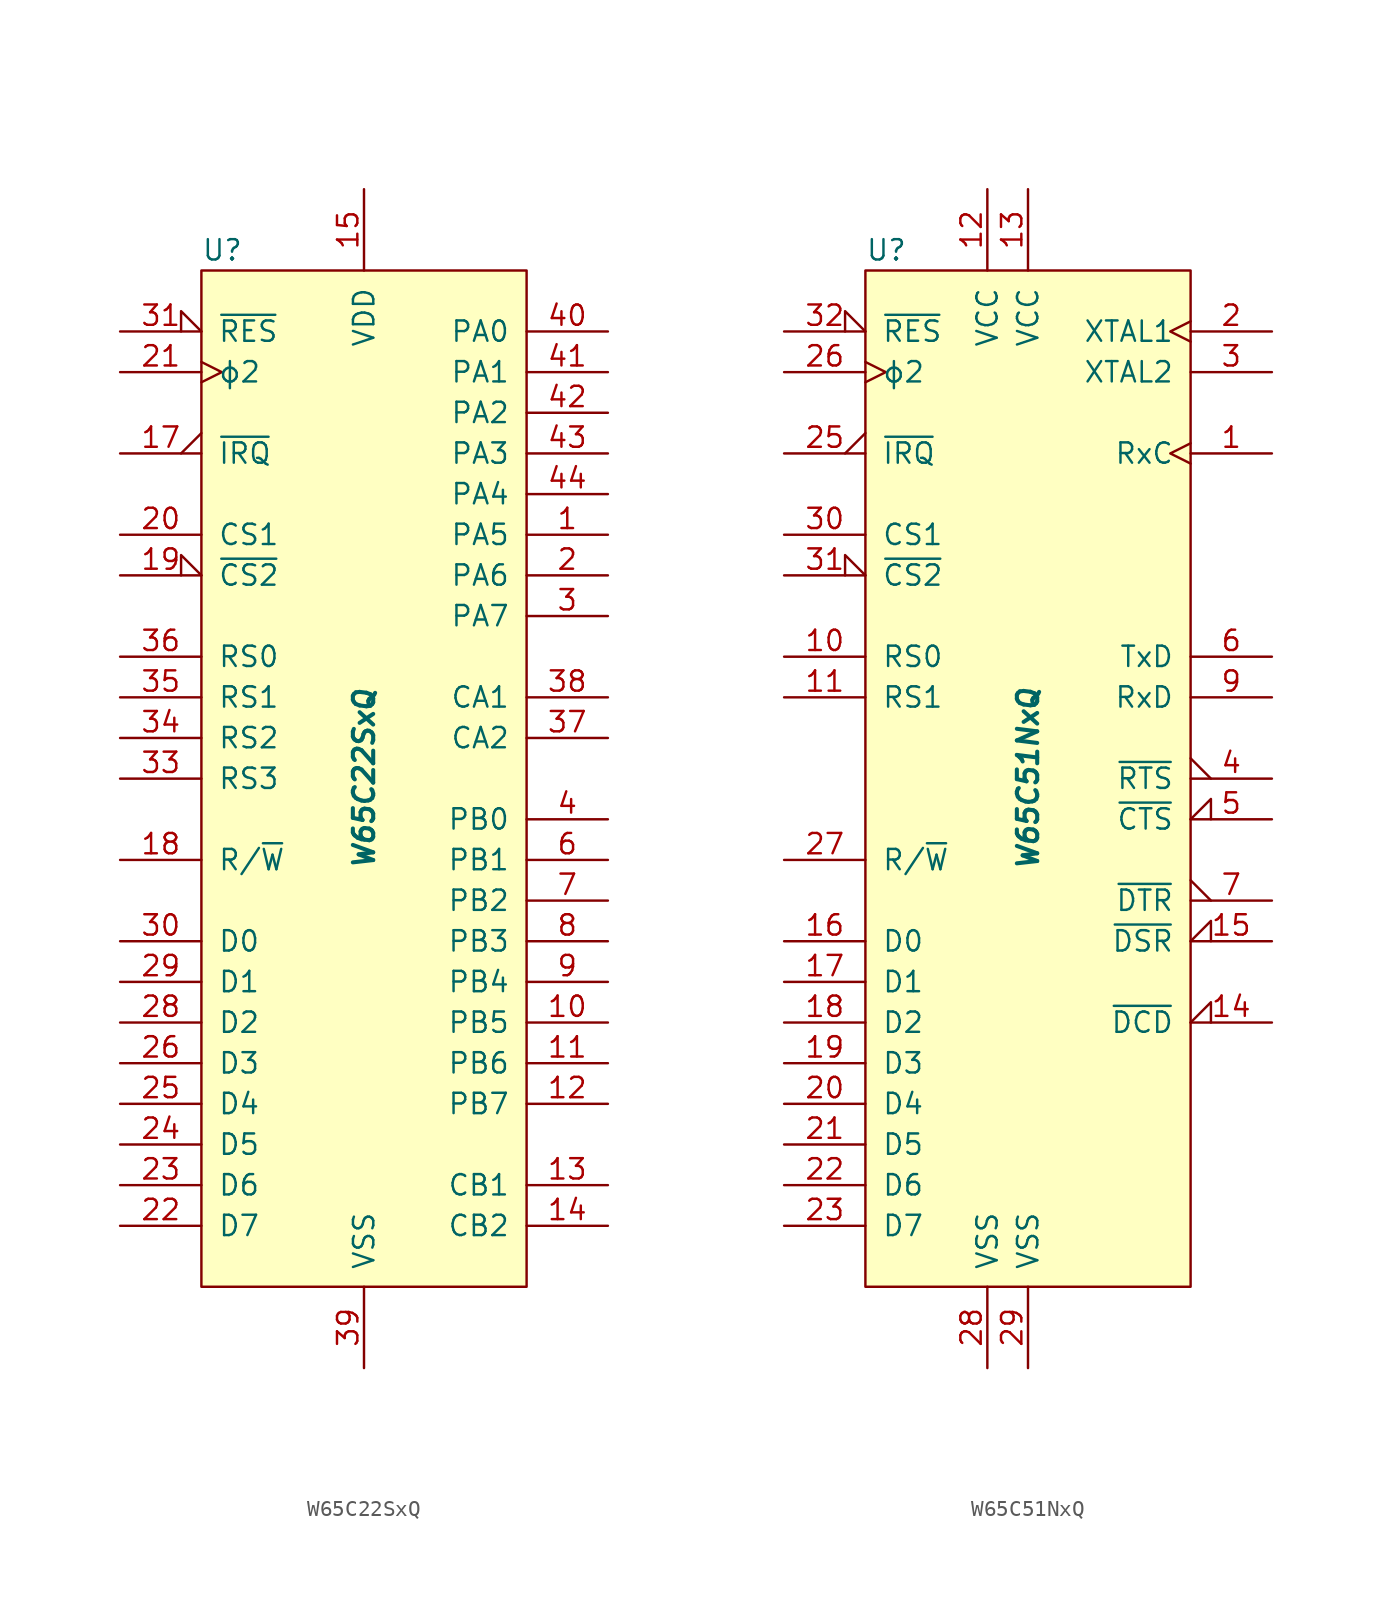
<source format=kicad_sym>
(kicad_symbol_lib
  (version 20211014)
  (generator kicad_symbol_editor)
  (symbol "W65C22SxQ"
    (pin_names
      (offset 1.016))
    (property "Reference" "U"
      (at -10.16 33.02 0)
      (effects (font (size 1.27 1.27)) (justify left)))
    (property "Value" "W65C22SxQ"
      (at 0 0 90)
      (effects (font (size 1.27 1.27) bold italic)))
    (symbol "W65C22SxQ_0_1"
      (rectangle (start -10.16 31.75) (end 10.16 -31.75) (stroke (width 0) (type default) (color 0 0 0 0)) (fill (type background))))
    (symbol "W65C22SxQ_1_1"
      (pin bidirectional line (at 15.24 15.24 180) (length 5.08) (name "PA5" (effects (font (size 1.27 1.27)))) (number "1" (effects (font (size 1.27 1.27)))))
      (pin bidirectional line (at 15.24 -15.24 180) (length 5.08) (name "PB5" (effects (font (size 1.27 1.27)))) (number "10" (effects (font (size 1.27 1.27)))))
      (pin bidirectional line (at 15.24 -17.78 180) (length 5.08) (name "PB6" (effects (font (size 1.27 1.27)))) (number "11" (effects (font (size 1.27 1.27)))))
      (pin bidirectional line (at 15.24 -20.32 180) (length 5.08) (name "PB7" (effects (font (size 1.27 1.27)))) (number "12" (effects (font (size 1.27 1.27)))))
      (pin input line (at 15.24 -25.4 180) (length 5.08) (name "CB1" (effects (font (size 1.27 1.27)))) (number "13" (effects (font (size 1.27 1.27)))))
      (pin bidirectional line (at 15.24 -27.94 180) (length 5.08) (name "CB2" (effects (font (size 1.27 1.27)))) (number "14" (effects (font (size 1.27 1.27)))))
      (pin power_in line (at 0 36.83 270) (length 5.08) (name "VDD" (effects (font (size 1.27 1.27)))) (number "15" (effects (font (size 1.27 1.27)))))
      (pin no_connect non_logic (at -10.16 17.78 0) (length 2.54) hide (name "nc" (effects (font (size 1.27 1.27)))) (number "16" (effects (font (size 1.27 1.27)))))
      (pin output output_low (at -15.24 20.32 0) (length 5.08) (name "~{IRQ}" (effects (font (size 1.27 1.27)))) (number "17" (effects (font (size 1.27 1.27)))))
      (pin input line (at -15.24 -5.08 0) (length 5.08) (name "R/~{W}" (effects (font (size 1.27 1.27)))) (number "18" (effects (font (size 1.27 1.27)))))
      (pin input input_low (at -15.24 12.7 0) (length 5.08) (name "~{CS2}" (effects (font (size 1.27 1.27)))) (number "19" (effects (font (size 1.27 1.27)))))
      (pin bidirectional line (at 15.24 12.7 180) (length 5.08) (name "PA6" (effects (font (size 1.27 1.27)))) (number "2" (effects (font (size 1.27 1.27)))))
      (pin input line (at -15.24 15.24 0) (length 5.08) (name "CS1" (effects (font (size 1.27 1.27)))) (number "20" (effects (font (size 1.27 1.27)))))
      (pin input clock (at -15.24 25.4 0) (length 5.08) (name "ϕ2" (effects (font (size 1.27 1.27)))) (number "21" (effects (font (size 1.27 1.27)))))
      (pin bidirectional line (at -15.24 -27.94 0) (length 5.08) (name "D7" (effects (font (size 1.27 1.27)))) (number "22" (effects (font (size 1.27 1.27)))))
      (pin bidirectional line (at -15.24 -25.4 0) (length 5.08) (name "D6" (effects (font (size 1.27 1.27)))) (number "23" (effects (font (size 1.27 1.27)))))
      (pin bidirectional line (at -15.24 -22.86 0) (length 5.08) (name "D5" (effects (font (size 1.27 1.27)))) (number "24" (effects (font (size 1.27 1.27)))))
      (pin bidirectional line (at -15.24 -20.32 0) (length 5.08) (name "D4" (effects (font (size 1.27 1.27)))) (number "25" (effects (font (size 1.27 1.27)))))
      (pin bidirectional line (at -15.24 -17.78 0) (length 5.08) (name "D3" (effects (font (size 1.27 1.27)))) (number "26" (effects (font (size 1.27 1.27)))))
      (pin no_connect non_logic (at -10.16 10.16 0) (length 2.54) hide (name "nc" (effects (font (size 1.27 1.27)))) (number "27" (effects (font (size 1.27 1.27)))))
      (pin bidirectional line (at -15.24 -15.24 0) (length 5.08) (name "D2" (effects (font (size 1.27 1.27)))) (number "28" (effects (font (size 1.27 1.27)))))
      (pin bidirectional line (at -15.24 -12.7 0) (length 5.08) (name "D1" (effects (font (size 1.27 1.27)))) (number "29" (effects (font (size 1.27 1.27)))))
      (pin bidirectional line (at 15.24 10.16 180) (length 5.08) (name "PA7" (effects (font (size 1.27 1.27)))) (number "3" (effects (font (size 1.27 1.27)))))
      (pin bidirectional line (at -15.24 -10.16 0) (length 5.08) (name "D0" (effects (font (size 1.27 1.27)))) (number "30" (effects (font (size 1.27 1.27)))))
      (pin input input_low (at -15.24 27.94 0) (length 5.08) (name "~{RES}" (effects (font (size 1.27 1.27)))) (number "31" (effects (font (size 1.27 1.27)))))
      (pin no_connect non_logic (at -10.16 -2.54 0) (length 2.54) hide (name "nc" (effects (font (size 1.27 1.27)))) (number "32" (effects (font (size 1.27 1.27)))))
      (pin input line (at -15.24 0 0) (length 5.08) (name "RS3" (effects (font (size 1.27 1.27)))) (number "33" (effects (font (size 1.27 1.27)))))
      (pin input line (at -15.24 2.54 0) (length 5.08) (name "RS2" (effects (font (size 1.27 1.27)))) (number "34" (effects (font (size 1.27 1.27)))))
      (pin input line (at -15.24 5.08 0) (length 5.08) (name "RS1" (effects (font (size 1.27 1.27)))) (number "35" (effects (font (size 1.27 1.27)))))
      (pin input line (at -15.24 7.62 0) (length 5.08) (name "RS0" (effects (font (size 1.27 1.27)))) (number "36" (effects (font (size 1.27 1.27)))))
      (pin bidirectional line (at 15.24 2.54 180) (length 5.08) (name "CA2" (effects (font (size 1.27 1.27)))) (number "37" (effects (font (size 1.27 1.27)))))
      (pin input line (at 15.24 5.08 180) (length 5.08) (name "CA1" (effects (font (size 1.27 1.27)))) (number "38" (effects (font (size 1.27 1.27)))))
      (pin power_in line (at 0 -36.83 90) (length 5.08) (name "VSS" (effects (font (size 1.27 1.27)))) (number "39" (effects (font (size 1.27 1.27)))))
      (pin bidirectional line (at 15.24 -2.54 180) (length 5.08) (name "PB0" (effects (font (size 1.27 1.27)))) (number "4" (effects (font (size 1.27 1.27)))))
      (pin bidirectional line (at 15.24 27.94 180) (length 5.08) (name "PA0" (effects (font (size 1.27 1.27)))) (number "40" (effects (font (size 1.27 1.27)))))
      (pin bidirectional line (at 15.24 25.4 180) (length 5.08) (name "PA1" (effects (font (size 1.27 1.27)))) (number "41" (effects (font (size 1.27 1.27)))))
      (pin bidirectional line (at 15.24 22.86 180) (length 5.08) (name "PA2" (effects (font (size 1.27 1.27)))) (number "42" (effects (font (size 1.27 1.27)))))
      (pin bidirectional line (at 15.24 20.32 180) (length 5.08) (name "PA3" (effects (font (size 1.27 1.27)))) (number "43" (effects (font (size 1.27 1.27)))))
      (pin bidirectional line (at 15.24 17.78 180) (length 5.08) (name "PA4" (effects (font (size 1.27 1.27)))) (number "44" (effects (font (size 1.27 1.27)))))
      (pin no_connect non_logic (at -10.16 22.86 0) (length 2.54) hide (name "nc" (effects (font (size 1.27 1.27)))) (number "5" (effects (font (size 1.27 1.27)))))
      (pin bidirectional line (at 15.24 -5.08 180) (length 5.08) (name "PB1" (effects (font (size 1.27 1.27)))) (number "6" (effects (font (size 1.27 1.27)))))
      (pin bidirectional line (at 15.24 -7.62 180) (length 5.08) (name "PB2" (effects (font (size 1.27 1.27)))) (number "7" (effects (font (size 1.27 1.27)))))
      (pin bidirectional line (at 15.24 -10.16 180) (length 5.08) (name "PB3" (effects (font (size 1.27 1.27)))) (number "8" (effects (font (size 1.27 1.27)))))
      (pin bidirectional line (at 15.24 -12.7 180) (length 5.08) (name "PB4" (effects (font (size 1.27 1.27)))) (number "9" (effects (font (size 1.27 1.27)))))))
  (symbol "W65C51NxQ"
    (pin_names
      (offset 1.016))
    (property "Reference" "U"
      (at -10.16 33.02 0)
      (effects (font (size 1.27 1.27)) (justify left)))
    (property "Value" "W65C51NxQ"
      (at 0 0 90)
      (effects (font (size 1.27 1.27) bold italic)))
    (symbol "W65C51NxQ_0_1"
      (rectangle (start -10.16 31.75) (end 10.16 -31.75) (stroke (width 0) (type default) (color 0 0 0 0)) (fill (type background))))
    (symbol "W65C51NxQ_1_1"
      (pin bidirectional clock (at 15.24 20.32 180) (length 5.08) (name "RxC" (effects (font (size 1.27 1.27)))) (number "1" (effects (font (size 1.27 1.27)))))
      (pin input line (at -15.24 7.62 0) (length 5.08) (name "RS0" (effects (font (size 1.27 1.27)))) (number "10" (effects (font (size 1.27 1.27)))))
      (pin input line (at -15.24 5.08 0) (length 5.08) (name "RS1" (effects (font (size 1.27 1.27)))) (number "11" (effects (font (size 1.27 1.27)))))
      (pin power_in line (at -2.54 36.83 270) (length 5.08) (name "VCC" (effects (font (size 1.27 1.27)))) (number "12" (effects (font (size 1.27 1.27)))))
      (pin power_in line (at 0 36.83 270) (length 5.08) (name "VCC" (effects (font (size 1.27 1.27)))) (number "13" (effects (font (size 1.27 1.27)))))
      (pin input input_low (at 15.24 -15.24 180) (length 5.08) (name "~{DCD}" (effects (font (size 1.27 1.27)))) (number "14" (effects (font (size 1.27 1.27)))))
      (pin input input_low (at 15.24 -10.16 180) (length 5.08) (name "~{DSR}" (effects (font (size 1.27 1.27)))) (number "15" (effects (font (size 1.27 1.27)))))
      (pin bidirectional line (at -15.24 -10.16 0) (length 5.08) (name "D0" (effects (font (size 1.27 1.27)))) (number "16" (effects (font (size 1.27 1.27)))))
      (pin bidirectional line (at -15.24 -12.7 0) (length 5.08) (name "D1" (effects (font (size 1.27 1.27)))) (number "17" (effects (font (size 1.27 1.27)))))
      (pin bidirectional line (at -15.24 -15.24 0) (length 5.08) (name "D2" (effects (font (size 1.27 1.27)))) (number "18" (effects (font (size 1.27 1.27)))))
      (pin bidirectional line (at -15.24 -17.78 0) (length 5.08) (name "D3" (effects (font (size 1.27 1.27)))) (number "19" (effects (font (size 1.27 1.27)))))
      (pin input clock (at 15.24 27.94 180) (length 5.08) (name "XTAL1" (effects (font (size 1.27 1.27)))) (number "2" (effects (font (size 1.27 1.27)))))
      (pin bidirectional line (at -15.24 -20.32 0) (length 5.08) (name "D4" (effects (font (size 1.27 1.27)))) (number "20" (effects (font (size 1.27 1.27)))))
      (pin bidirectional line (at -15.24 -22.86 0) (length 5.08) (name "D5" (effects (font (size 1.27 1.27)))) (number "21" (effects (font (size 1.27 1.27)))))
      (pin bidirectional line (at -15.24 -25.4 0) (length 5.08) (name "D6" (effects (font (size 1.27 1.27)))) (number "22" (effects (font (size 1.27 1.27)))))
      (pin bidirectional line (at -15.24 -27.94 0) (length 5.08) (name "D7" (effects (font (size 1.27 1.27)))) (number "23" (effects (font (size 1.27 1.27)))))
      (pin no_connect non_logic (at 10.16 -27.94 180) (length 2.565) hide (name "nc" (effects (font (size 1.27 1.27)))) (number "24" (effects (font (size 1.27 1.27)))))
      (pin open_collector output_low (at -15.24 20.32 0) (length 5.08) (name "~{IRQ}" (effects (font (size 1.27 1.27)))) (number "25" (effects (font (size 1.27 1.27)))))
      (pin input clock (at -15.24 25.4 0) (length 5.08) (name "ϕ2" (effects (font (size 1.27 1.27)))) (number "26" (effects (font (size 1.27 1.27)))))
      (pin input line (at -15.24 -5.08 0) (length 5.08) (name "R/~{W}" (effects (font (size 1.27 1.27)))) (number "27" (effects (font (size 1.27 1.27)))))
      (pin power_in line (at -2.54 -36.83 90) (length 5.08) (name "VSS" (effects (font (size 1.27 1.27)))) (number "28" (effects (font (size 1.27 1.27)))))
      (pin power_in line (at 0 -36.83 90) (length 5.08) (name "VSS" (effects (font (size 1.27 1.27)))) (number "29" (effects (font (size 1.27 1.27)))))
      (pin output line (at 15.24 25.4 180) (length 5.08) (name "XTAL2" (effects (font (size 1.27 1.27)))) (number "3" (effects (font (size 1.27 1.27)))))
      (pin input line (at -15.24 15.24 0) (length 5.08) (name "CS1" (effects (font (size 1.27 1.27)))) (number "30" (effects (font (size 1.27 1.27)))))
      (pin input input_low (at -15.24 12.7 0) (length 5.08) (name "~{CS2}" (effects (font (size 1.27 1.27)))) (number "31" (effects (font (size 1.27 1.27)))))
      (pin input input_low (at -15.24 27.94 0) (length 5.08) (name "~{RES}" (effects (font (size 1.27 1.27)))) (number "32" (effects (font (size 1.27 1.27)))))
      (pin output output_low (at 15.24 0 180) (length 5.08) (name "~{RTS}" (effects (font (size 1.27 1.27)))) (number "4" (effects (font (size 1.27 1.27)))))
      (pin input input_low (at 15.24 -2.54 180) (length 5.08) (name "~{CTS}" (effects (font (size 1.27 1.27)))) (number "5" (effects (font (size 1.27 1.27)))))
      (pin output line (at 15.24 7.62 180) (length 5.08) (name "TxD" (effects (font (size 1.27 1.27)))) (number "6" (effects (font (size 1.27 1.27)))))
      (pin output output_low (at 15.24 -7.62 180) (length 5.08) (name "~{DTR}" (effects (font (size 1.27 1.27)))) (number "7" (effects (font (size 1.27 1.27)))))
      (pin no_connect non_logic (at 10.16 -25.4 180) (length 2.565) hide (name "nc" (effects (font (size 1.27 1.27)))) (number "8" (effects (font (size 1.27 1.27)))))
      (pin input line (at 15.24 5.08 180) (length 5.08) (name "RxD" (effects (font (size 1.27 1.27)))) (number "9" (effects (font (size 1.27 1.27))))))))
</source>
